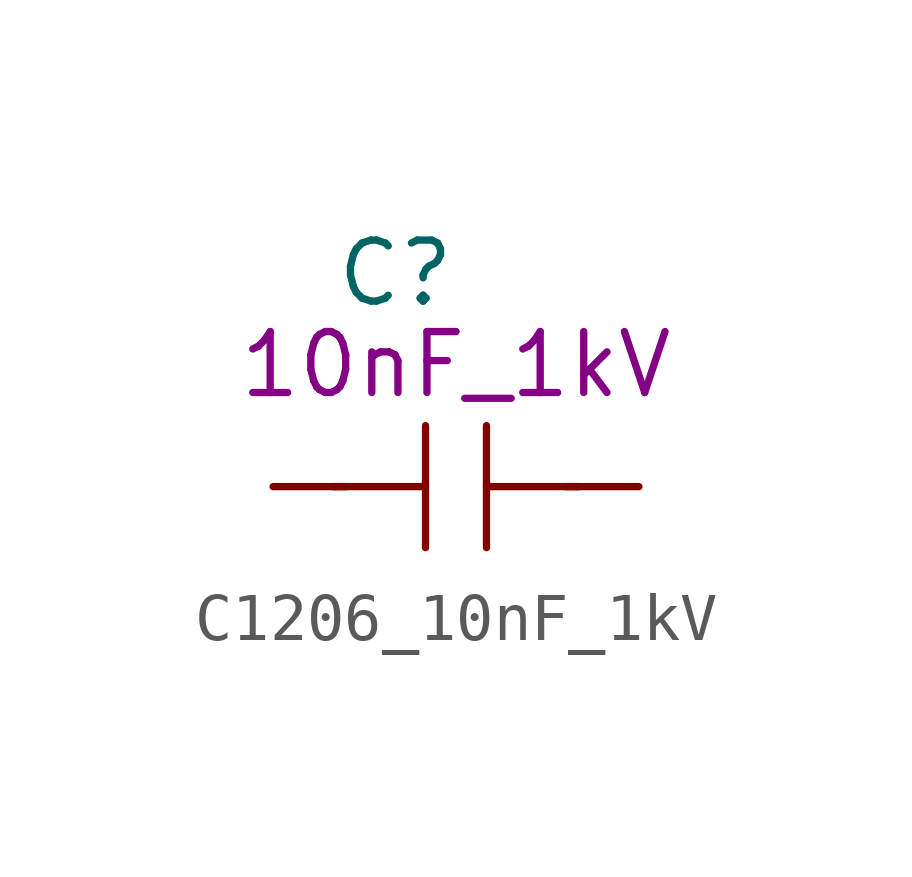
<source format=kicad_sym>
(kicad_symbol_lib
  (version 20211014)
  (generator kicad_symbol_editor)
  (symbol "C1206_10nF_1kV"
    (pin_numbers hide)
    (pin_names
      (offset 1.016))
    (property "Reference" "C"
      (at -2.54 4.445 0)
      (effects (font (size 1.27 1.27)) (justify left)))
    (property "Symbol" "10nF_1kV"
      (at 0 2.54 0)
      (effects (font (size 1.27 1.27))))
    (symbol "C1206_10nF_1kV_1_1"
      (polyline (pts (xy -2.54 0) (xy -0.635 0)) (stroke (width 0) (type default) (color 0 0 0 0)) (fill (type none)))
      (polyline (pts (xy -2.286 0) (xy -2.54 0)) (stroke (width 0) (type default) (color 0 0 0 0)) (fill (type none)))
      (polyline (pts (xy -0.635 1.27) (xy -0.635 -1.27)) (stroke (width 0) (type default) (color 0 0 0 0)) (fill (type none)))
      (polyline (pts (xy 0.635 0) (xy 2.54 0)) (stroke (width 0) (type default) (color 0 0 0 0)) (fill (type none)))
      (polyline (pts (xy 0.635 1.27) (xy 0.635 -1.27)) (stroke (width 0) (type default) (color 0 0 0 0)) (fill (type none)))
      (polyline (pts (xy 2.286 0) (xy 2.54 0)) (stroke (width 0) (type default) (color 0 0 0 0)) (fill (type none)))
      (pin passive line (at -3.81 0 0) (length 1.27) (name "~" (effects (font (size 1.27 1.27)))) (number "1" (effects (font (size 1.27 1.27)))))
      (pin passive line (at 3.81 0 180) (length 1.27) (name "~" (effects (font (size 1.27 1.27)))) (number "2" (effects (font (size 1.27 1.27))))))))
</source>
